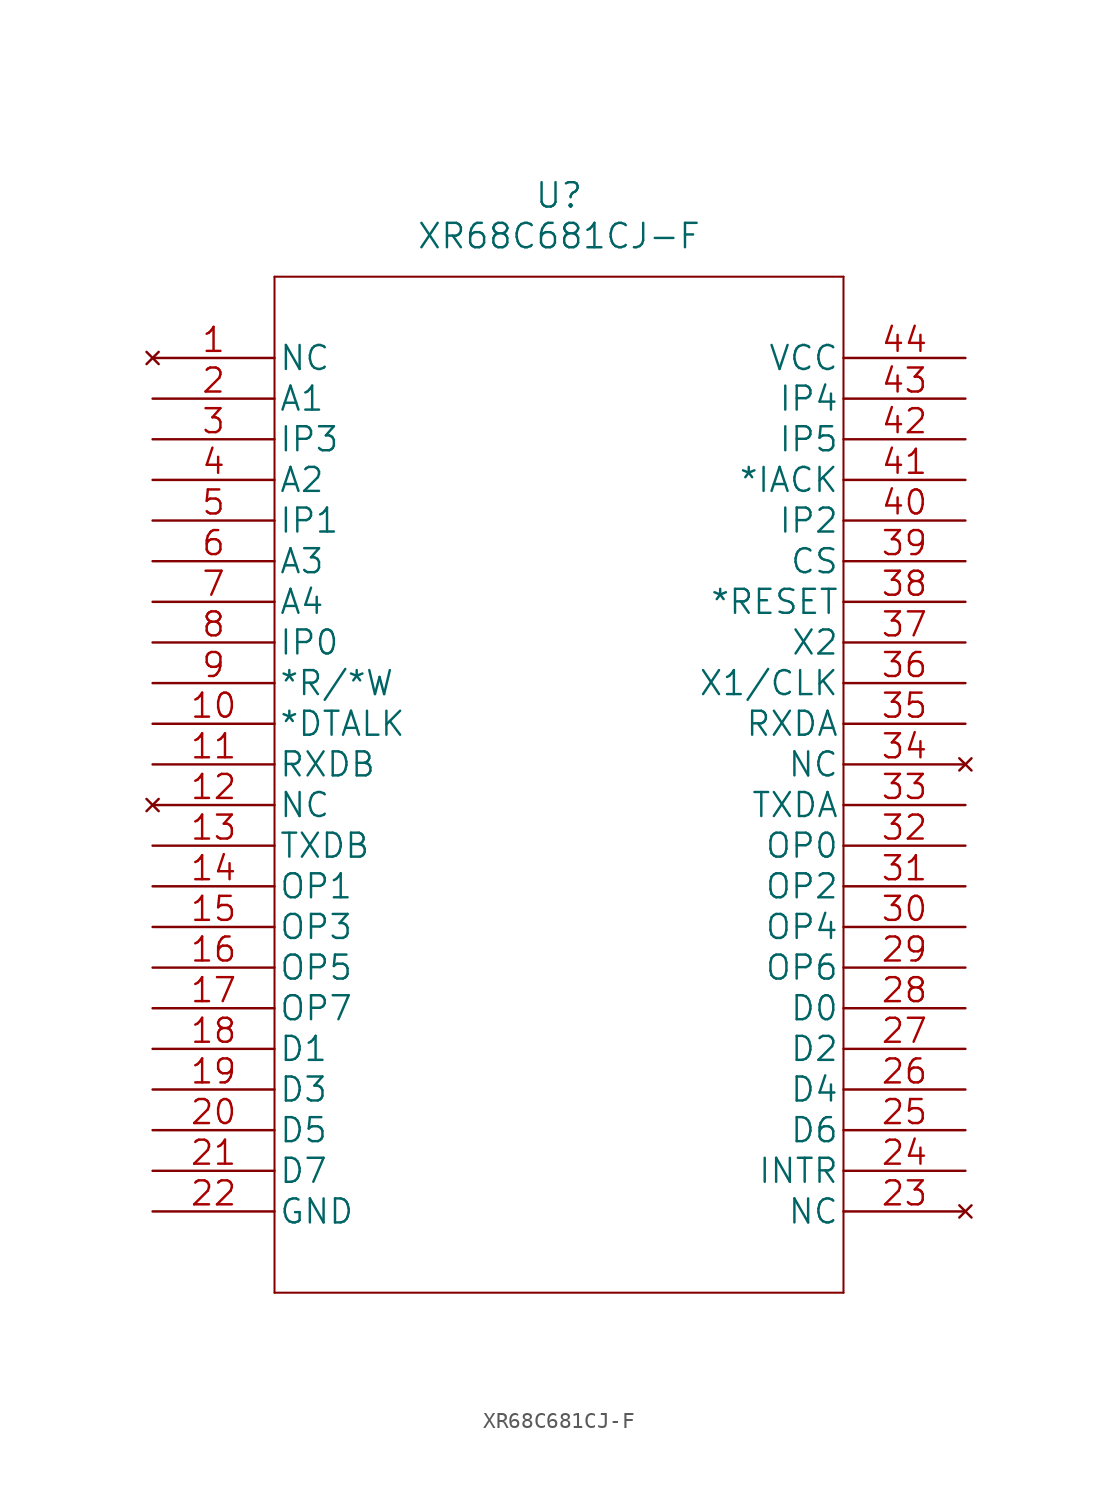
<source format=kicad_sym>
(kicad_symbol_lib
  (version 20211014)
  (generator kicad_symbol_editor)
  (symbol "XR68C681CJ-F"
    (pin_names
      (offset 0.254))
    (property "Reference" "U"
      (at 25.4 10.16 0)
      (effects (font (size 1.524 1.524))))
    (property "Value" "XR68C681CJ-F"
      (at 25.4 7.62 0)
      (effects (font (size 1.524 1.524))))
    (property "Datasheet" ""
      (at 0 0 0)
      (effects (font (size 1.524 1.524))))
    (property "ki_locked" ""
      (at 0 0 0)
      (effects (font (size 1.27 1.27))))
    (symbol "XR68C681CJ-F_1_1"
      (polyline (pts (xy 7.62 -58.42) (xy 43.18 -58.42)) (stroke (width 0.127) (type default) (color 0 0 0 0)) (fill (type none)))
      (polyline (pts (xy 7.62 5.08) (xy 7.62 -58.42)) (stroke (width 0.127) (type default) (color 0 0 0 0)) (fill (type none)))
      (polyline (pts (xy 43.18 -58.42) (xy 43.18 5.08)) (stroke (width 0.127) (type default) (color 0 0 0 0)) (fill (type none)))
      (polyline (pts (xy 43.18 5.08) (xy 7.62 5.08)) (stroke (width 0.127) (type default) (color 0 0 0 0)) (fill (type none)))
      (pin no_connect line (at 0 0 0) (length 7.62) (name "NC" (effects (font (size 1.499 1.499)))) (number "1" (effects (font (size 1.499 1.499)))))
      (pin output line (at 0 -22.86 0) (length 7.62) (name "*DTALK" (effects (font (size 1.499 1.499)))) (number "10" (effects (font (size 1.499 1.499)))))
      (pin input line (at 0 -25.4 0) (length 7.62) (name "RXDB" (effects (font (size 1.499 1.499)))) (number "11" (effects (font (size 1.499 1.499)))))
      (pin no_connect line (at 0 -27.94 0) (length 7.62) (name "NC" (effects (font (size 1.499 1.499)))) (number "12" (effects (font (size 1.499 1.499)))))
      (pin output line (at 0 -30.48 0) (length 7.62) (name "TXDB" (effects (font (size 1.499 1.499)))) (number "13" (effects (font (size 1.499 1.499)))))
      (pin output line (at 0 -33.02 0) (length 7.62) (name "OP1" (effects (font (size 1.499 1.499)))) (number "14" (effects (font (size 1.499 1.499)))))
      (pin output line (at 0 -35.56 0) (length 7.62) (name "OP3" (effects (font (size 1.499 1.499)))) (number "15" (effects (font (size 1.499 1.499)))))
      (pin output line (at 0 -38.1 0) (length 7.62) (name "OP5" (effects (font (size 1.499 1.499)))) (number "16" (effects (font (size 1.499 1.499)))))
      (pin output line (at 0 -40.64 0) (length 7.62) (name "OP7" (effects (font (size 1.499 1.499)))) (number "17" (effects (font (size 1.499 1.499)))))
      (pin bidirectional line (at 0 -43.18 0) (length 7.62) (name "D1" (effects (font (size 1.499 1.499)))) (number "18" (effects (font (size 1.499 1.499)))))
      (pin bidirectional line (at 0 -45.72 0) (length 7.62) (name "D3" (effects (font (size 1.499 1.499)))) (number "19" (effects (font (size 1.499 1.499)))))
      (pin input line (at 0 -2.54 0) (length 7.62) (name "A1" (effects (font (size 1.499 1.499)))) (number "2" (effects (font (size 1.499 1.499)))))
      (pin bidirectional line (at 0 -48.26 0) (length 7.62) (name "D5" (effects (font (size 1.499 1.499)))) (number "20" (effects (font (size 1.499 1.499)))))
      (pin bidirectional line (at 0 -50.8 0) (length 7.62) (name "D7" (effects (font (size 1.499 1.499)))) (number "21" (effects (font (size 1.499 1.499)))))
      (pin power_in line (at 0 -53.34 0) (length 7.62) (name "GND" (effects (font (size 1.499 1.499)))) (number "22" (effects (font (size 1.499 1.499)))))
      (pin no_connect line (at 50.8 -53.34 180) (length 7.62) (name "NC" (effects (font (size 1.499 1.499)))) (number "23" (effects (font (size 1.499 1.499)))))
      (pin output line (at 50.8 -50.8 180) (length 7.62) (name "INTR" (effects (font (size 1.499 1.499)))) (number "24" (effects (font (size 1.499 1.499)))))
      (pin bidirectional line (at 50.8 -48.26 180) (length 7.62) (name "D6" (effects (font (size 1.499 1.499)))) (number "25" (effects (font (size 1.499 1.499)))))
      (pin bidirectional line (at 50.8 -45.72 180) (length 7.62) (name "D4" (effects (font (size 1.499 1.499)))) (number "26" (effects (font (size 1.499 1.499)))))
      (pin bidirectional line (at 50.8 -43.18 180) (length 7.62) (name "D2" (effects (font (size 1.499 1.499)))) (number "27" (effects (font (size 1.499 1.499)))))
      (pin bidirectional line (at 50.8 -40.64 180) (length 7.62) (name "D0" (effects (font (size 1.499 1.499)))) (number "28" (effects (font (size 1.499 1.499)))))
      (pin output line (at 50.8 -38.1 180) (length 7.62) (name "OP6" (effects (font (size 1.499 1.499)))) (number "29" (effects (font (size 1.499 1.499)))))
      (pin input line (at 0 -5.08 0) (length 7.62) (name "IP3" (effects (font (size 1.499 1.499)))) (number "3" (effects (font (size 1.499 1.499)))))
      (pin output line (at 50.8 -35.56 180) (length 7.62) (name "OP4" (effects (font (size 1.499 1.499)))) (number "30" (effects (font (size 1.499 1.499)))))
      (pin output line (at 50.8 -33.02 180) (length 7.62) (name "OP2" (effects (font (size 1.499 1.499)))) (number "31" (effects (font (size 1.499 1.499)))))
      (pin output line (at 50.8 -30.48 180) (length 7.62) (name "OP0" (effects (font (size 1.499 1.499)))) (number "32" (effects (font (size 1.499 1.499)))))
      (pin output line (at 50.8 -27.94 180) (length 7.62) (name "TXDA" (effects (font (size 1.499 1.499)))) (number "33" (effects (font (size 1.499 1.499)))))
      (pin no_connect line (at 50.8 -25.4 180) (length 7.62) (name "NC" (effects (font (size 1.499 1.499)))) (number "34" (effects (font (size 1.499 1.499)))))
      (pin input line (at 50.8 -22.86 180) (length 7.62) (name "RXDA" (effects (font (size 1.499 1.499)))) (number "35" (effects (font (size 1.499 1.499)))))
      (pin bidirectional line (at 50.8 -20.32 180) (length 7.62) (name "X1/CLK" (effects (font (size 1.499 1.499)))) (number "36" (effects (font (size 1.499 1.499)))))
      (pin input line (at 50.8 -17.78 180) (length 7.62) (name "X2" (effects (font (size 1.499 1.499)))) (number "37" (effects (font (size 1.499 1.499)))))
      (pin input line (at 50.8 -15.24 180) (length 7.62) (name "*RESET" (effects (font (size 1.499 1.499)))) (number "38" (effects (font (size 1.499 1.499)))))
      (pin input line (at 50.8 -12.7 180) (length 7.62) (name "CS" (effects (font (size 1.499 1.499)))) (number "39" (effects (font (size 1.499 1.499)))))
      (pin input line (at 0 -7.62 0) (length 7.62) (name "A2" (effects (font (size 1.499 1.499)))) (number "4" (effects (font (size 1.499 1.499)))))
      (pin input line (at 50.8 -10.16 180) (length 7.62) (name "IP2" (effects (font (size 1.499 1.499)))) (number "40" (effects (font (size 1.499 1.499)))))
      (pin input line (at 50.8 -7.62 180) (length 7.62) (name "*IACK" (effects (font (size 1.499 1.499)))) (number "41" (effects (font (size 1.499 1.499)))))
      (pin input line (at 50.8 -5.08 180) (length 7.62) (name "IP5" (effects (font (size 1.499 1.499)))) (number "42" (effects (font (size 1.499 1.499)))))
      (pin input line (at 50.8 -2.54 180) (length 7.62) (name "IP4" (effects (font (size 1.499 1.499)))) (number "43" (effects (font (size 1.499 1.499)))))
      (pin power_in line (at 50.8 0 180) (length 7.62) (name "VCC" (effects (font (size 1.499 1.499)))) (number "44" (effects (font (size 1.499 1.499)))))
      (pin input line (at 0 -10.16 0) (length 7.62) (name "IP1" (effects (font (size 1.499 1.499)))) (number "5" (effects (font (size 1.499 1.499)))))
      (pin input line (at 0 -12.7 0) (length 7.62) (name "A3" (effects (font (size 1.499 1.499)))) (number "6" (effects (font (size 1.499 1.499)))))
      (pin input line (at 0 -15.24 0) (length 7.62) (name "A4" (effects (font (size 1.499 1.499)))) (number "7" (effects (font (size 1.499 1.499)))))
      (pin input line (at 0 -17.78 0) (length 7.62) (name "IP0" (effects (font (size 1.499 1.499)))) (number "8" (effects (font (size 1.499 1.499)))))
      (pin input line (at 0 -20.32 0) (length 7.62) (name "*R/*W" (effects (font (size 1.499 1.499)))) (number "9" (effects (font (size 1.499 1.499))))))))
</source>
